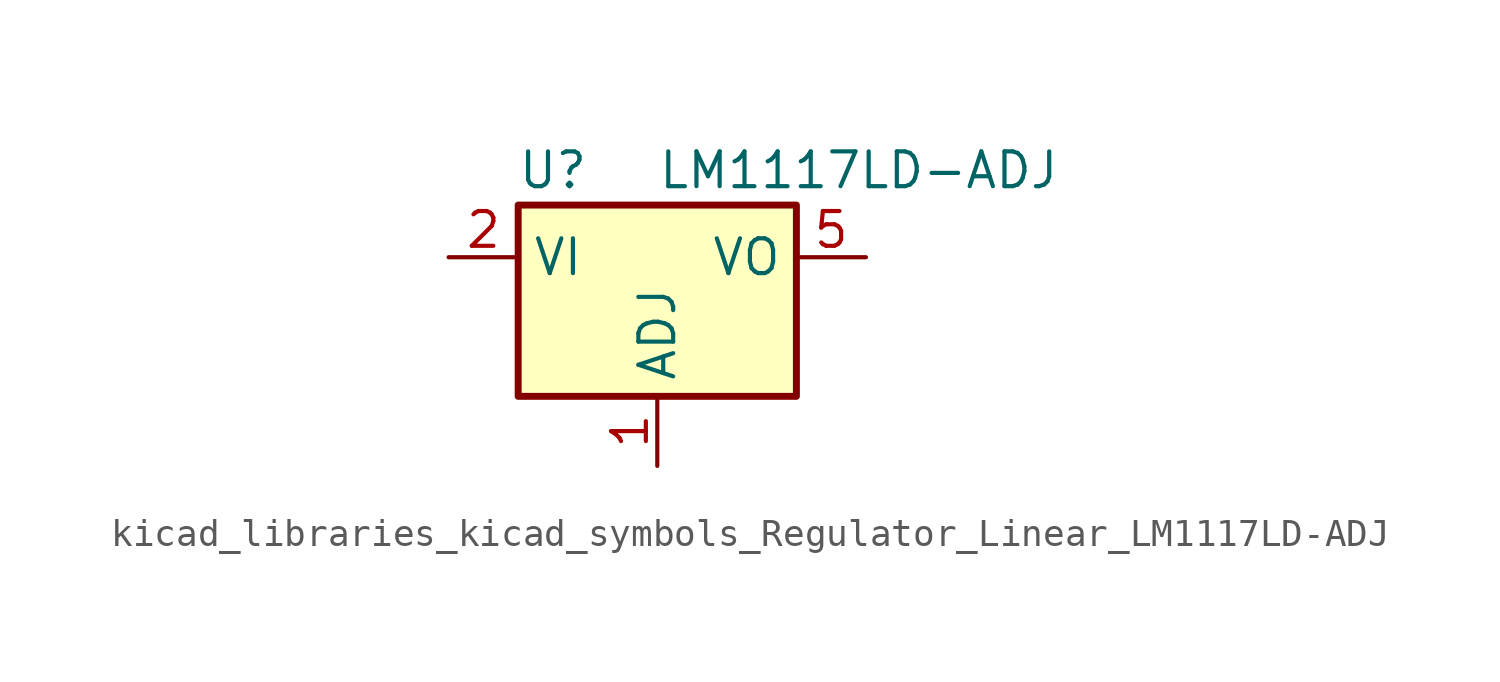
<source format=kicad_sym>
(kicad_symbol_lib
  (version 20220914)
  (generator kicad_symbol_editor)
  (symbol "kicad_libraries_kicad_symbols_Regulator_Linear_LM1117LD-ADJ"
    (property "Reference" "U"
      (at -3.81 3.175 0)
      (effects (font (size 1.27 1.27))))
    (property "Value" "LM1117LD-ADJ"
      (at 0 3.175 0)
      (effects (font (size 1.27 1.27)) (justify left)))
    (symbol "kicad_libraries_kicad_symbols_Regulator_Linear_LM1117LD-ADJ_0_1"
      (rectangle (start -5.08 -5.08) (end 5.08 1.905) (stroke (width 0.254) (type default)) (fill (type background))))
    (symbol "kicad_libraries_kicad_symbols_Regulator_Linear_LM1117LD-ADJ_1_1"
      (pin input line (at 0 -7.62 90) (length 2.54) (name "ADJ" (effects (font (size 1.27 1.27)))) (number "1" (effects (font (size 1.27 1.27)))))
      (pin power_in line (at -7.62 0 0) (length 2.54) (name "VI" (effects (font (size 1.27 1.27)))) (number "2" (effects (font (size 1.27 1.27)))))
      (pin passive line (at -7.62 0 0) (length 2.54) hide (name "VI" (effects (font (size 1.27 1.27)))) (number "3" (effects (font (size 1.27 1.27)))))
      (pin passive line (at -7.62 0 0) (length 2.54) hide (name "VI" (effects (font (size 1.27 1.27)))) (number "4" (effects (font (size 1.27 1.27)))))
      (pin power_out line (at 7.62 0 180) (length 2.54) (name "VO" (effects (font (size 1.27 1.27)))) (number "5" (effects (font (size 1.27 1.27)))))
      (pin passive line (at 7.62 0 180) (length 2.54) hide (name "VO" (effects (font (size 1.27 1.27)))) (number "6" (effects (font (size 1.27 1.27)))))
      (pin passive line (at 7.62 0 180) (length 2.54) hide (name "VO" (effects (font (size 1.27 1.27)))) (number "7" (effects (font (size 1.27 1.27)))))
      (pin no_connect line (at 5.08 -2.54 180) (length 2.54) hide (name "NC" (effects (font (size 1.27 1.27)))) (number "8" (effects (font (size 1.27 1.27)))))
      (pin passive line (at 7.62 0 180) (length 2.54) hide (name "VO" (effects (font (size 1.27 1.27)))) (number "9" (effects (font (size 1.27 1.27))))))))
</source>
